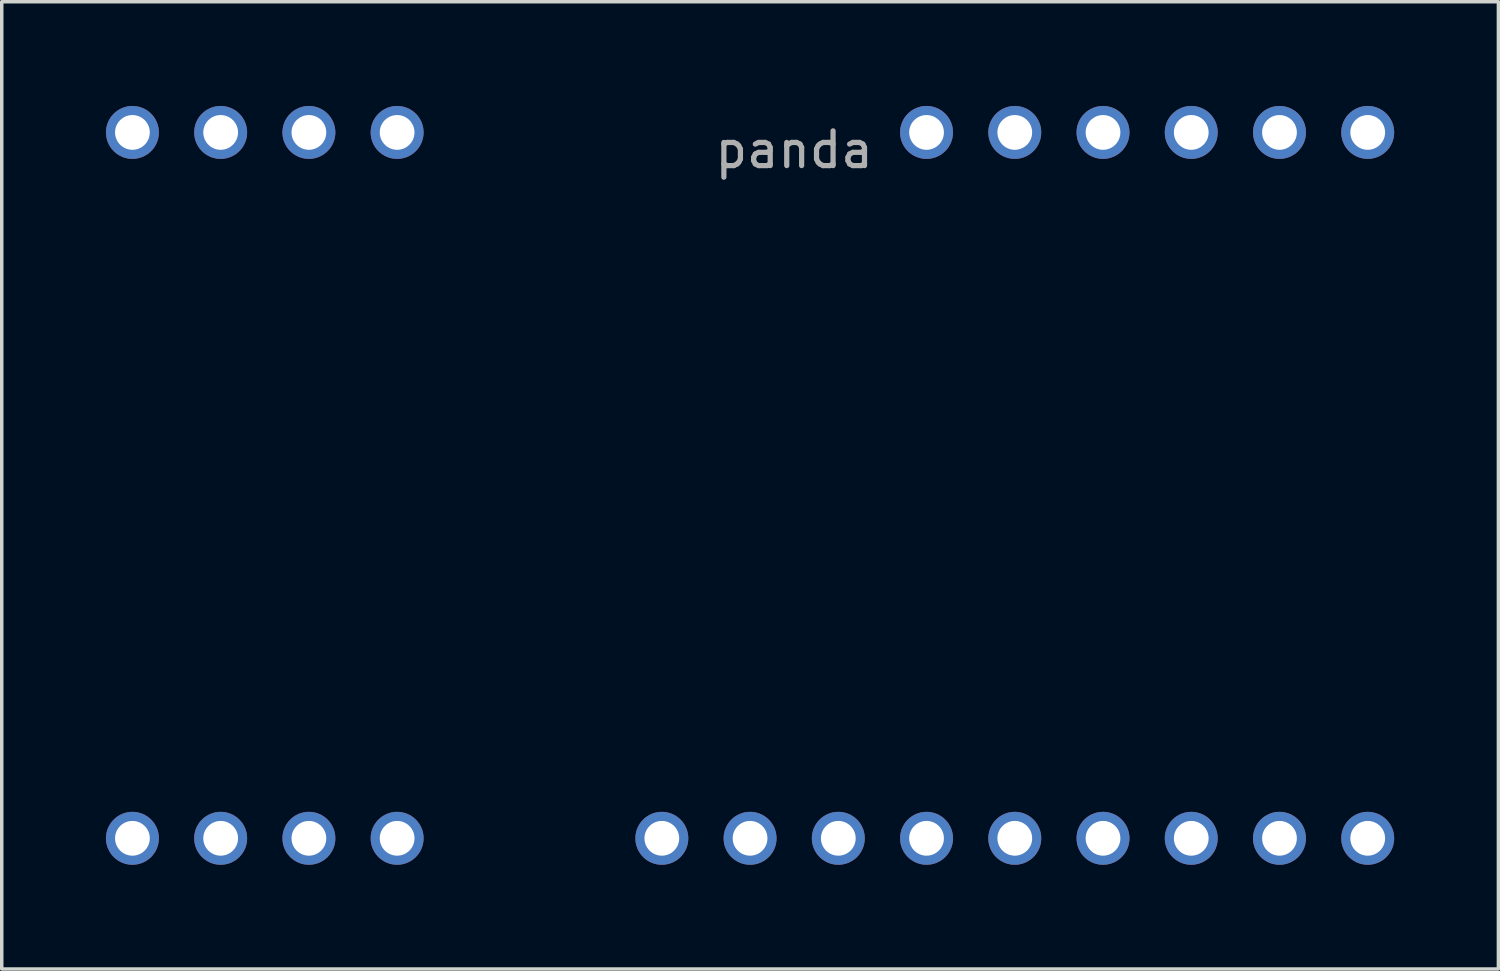
<source format=kicad_pcb>
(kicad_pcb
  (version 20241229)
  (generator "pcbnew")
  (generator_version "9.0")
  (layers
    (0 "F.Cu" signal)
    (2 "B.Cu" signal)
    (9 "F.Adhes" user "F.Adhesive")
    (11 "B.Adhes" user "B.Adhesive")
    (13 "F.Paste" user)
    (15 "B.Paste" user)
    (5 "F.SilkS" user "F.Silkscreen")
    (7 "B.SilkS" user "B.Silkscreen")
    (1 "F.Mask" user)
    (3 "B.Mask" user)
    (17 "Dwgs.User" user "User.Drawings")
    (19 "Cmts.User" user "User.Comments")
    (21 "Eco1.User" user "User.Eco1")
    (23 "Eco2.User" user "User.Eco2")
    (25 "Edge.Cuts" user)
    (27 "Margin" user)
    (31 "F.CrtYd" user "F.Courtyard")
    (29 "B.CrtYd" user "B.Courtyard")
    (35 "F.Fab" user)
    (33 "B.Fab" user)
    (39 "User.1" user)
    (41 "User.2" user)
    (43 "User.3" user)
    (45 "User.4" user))
  (footprint "panda"
    (layer "F.Cu")
    (at 0.762 21.082)
    (property "Reference" "panda" (at 19.05 -19.82 0) (layer "F.Fab") (effects (font (size 1 1) (thickness 0.15))))
    (attr through_hole)
    (pad "1" thru_hole circle (at 0 0) (size 1.524 1.524) (drill 1) (layers "*.Cu" "*.Mask"))
    (pad "2" thru_hole circle (at 2.54 0) (size 1.524 1.524) (drill 1) (layers "*.Cu" "*.Mask"))
    (pad "3" thru_hole circle (at 5.08 0) (size 1.524 1.524) (drill 1) (layers "*.Cu" "*.Mask"))
    (pad "4" thru_hole circle (at 7.62 0) (size 1.524 1.524) (drill 1) (layers "*.Cu" "*.Mask"))
    (pad "5" thru_hole circle (at 15.24 0) (size 1.524 1.524) (drill 1) (layers "*.Cu" "*.Mask"))
    (pad "6" thru_hole circle (at 17.78 0) (size 1.524 1.524) (drill 1) (layers "*.Cu" "*.Mask"))
    (pad "7" thru_hole circle (at 20.32 0) (size 1.524 1.524) (drill 1) (layers "*.Cu" "*.Mask"))
    (pad "8" thru_hole circle (at 22.86 0) (size 1.524 1.524) (drill 1) (layers "*.Cu" "*.Mask"))
    (pad "9" thru_hole circle (at 25.4 0) (size 1.524 1.524) (drill 1) (layers "*.Cu" "*.Mask"))
    (pad "10" thru_hole circle (at 27.94 0) (size 1.524 1.524) (drill 1) (layers "*.Cu" "*.Mask"))
    (pad "11" thru_hole circle (at 30.48 0) (size 1.524 1.524) (drill 1) (layers "*.Cu" "*.Mask"))
    (pad "12" thru_hole circle (at 33.02 0) (size 1.524 1.524) (drill 1) (layers "*.Cu" "*.Mask"))
    (pad "13" thru_hole circle (at 35.56 0) (size 1.524 1.524) (drill 1) (layers "*.Cu" "*.Mask"))
    (pad "14" thru_hole circle (at 0 -20.32) (size 1.524 1.524) (drill 1) (layers "*.Cu" "*.Mask"))
    (pad "15" thru_hole circle (at 2.54 -20.32) (size 1.524 1.524) (drill 1) (layers "*.Cu" "*.Mask"))
    (pad "16" thru_hole circle (at 5.08 -20.32) (size 1.524 1.524) (drill 1) (layers "*.Cu" "*.Mask"))
    (pad "17" thru_hole circle (at 7.62 -20.32) (size 1.524 1.524) (drill 1) (layers "*.Cu" "*.Mask"))
    (pad "18" thru_hole circle (at 22.86 -20.32) (size 1.524 1.524) (drill 1) (layers "*.Cu" "*.Mask"))
    (pad "19" thru_hole circle (at 25.4 -20.32) (size 1.524 1.524) (drill 1) (layers "*.Cu" "*.Mask"))
    (pad "20" thru_hole circle (at 27.94 -20.32) (size 1.524 1.524) (drill 1) (layers "*.Cu" "*.Mask"))
    (pad "21" thru_hole circle (at 30.48 -20.32) (size 1.524 1.524) (drill 1) (layers "*.Cu" "*.Mask"))
    (pad "22" thru_hole circle (at 33.02 -20.32) (size 1.524 1.524) (drill 1) (layers "*.Cu" "*.Mask"))
    (pad "23" thru_hole circle (at 35.56 -20.32) (size 1.524 1.524) (drill 1) (layers "*.Cu" "*.Mask")))
  (gr_rect
    (start -3 -3)
    (end 40.084 24.844)
    (stroke (width 0.1) (type default))
    (fill no)
    (layer "Edge.Cuts")))
</source>
